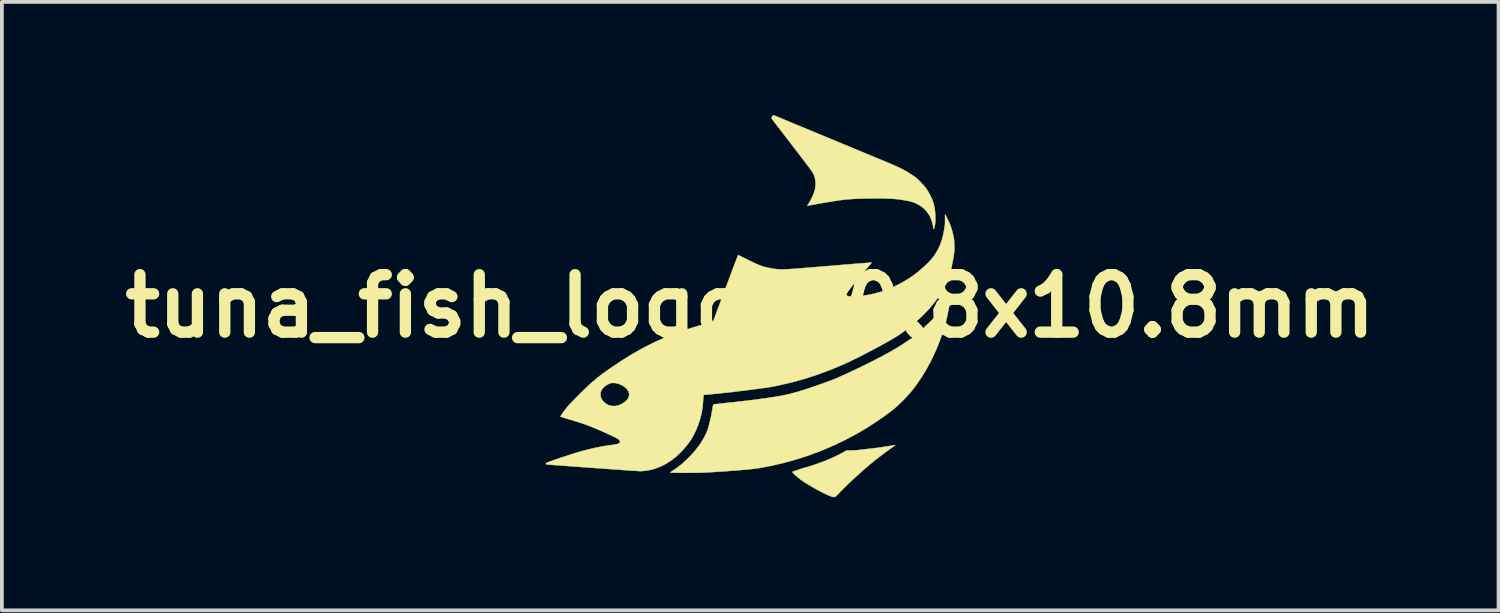
<source format=kicad_pcb>
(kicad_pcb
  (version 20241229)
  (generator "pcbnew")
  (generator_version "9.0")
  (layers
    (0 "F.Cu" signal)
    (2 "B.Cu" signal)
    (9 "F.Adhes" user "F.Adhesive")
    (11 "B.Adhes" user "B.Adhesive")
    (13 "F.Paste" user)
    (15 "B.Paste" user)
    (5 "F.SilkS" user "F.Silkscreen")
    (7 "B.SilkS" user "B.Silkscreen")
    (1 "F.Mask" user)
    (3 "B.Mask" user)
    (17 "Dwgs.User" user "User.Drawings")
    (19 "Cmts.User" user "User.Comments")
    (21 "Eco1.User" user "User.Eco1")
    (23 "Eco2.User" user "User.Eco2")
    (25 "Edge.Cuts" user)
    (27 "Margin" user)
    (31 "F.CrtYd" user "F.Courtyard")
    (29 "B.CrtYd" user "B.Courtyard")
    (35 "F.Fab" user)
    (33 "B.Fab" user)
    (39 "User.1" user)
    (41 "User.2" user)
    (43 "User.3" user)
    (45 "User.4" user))
  (footprint "tuna_fish_logo_10.8x10.8mm"
    (layer "F.Cu")
    (at 16.844 5.068)
    (property "Reference" "tuna_fish_logo_10.8x10.8mm" (at 0 0 0) (layer "F.SilkS") (effects (font (size 1.524 1.524) (thickness 0.3))))
    (attr through_hole)
    (fp_poly (pts (xy 3.844 3.691) (xy 3.827 3.704) (xy 3.801 3.723) (xy 3.769 3.745) (xy 3.766 3.747) (xy 3.707 3.788) (xy 3.638 3.838) (xy 3.563 3.893) (xy 3.485 3.951) (xy 3.408 4.01) (xy 3.335 4.066) (xy 3.27 4.118) (xy 3.26 4.126) (xy 3.158 4.211) (xy 3.05 4.303) (xy 2.939 4.401) (xy 2.828 4.501) (xy 2.718 4.603) (xy 2.612 4.702) (xy 2.514 4.798) (xy 2.424 4.888) (xy 2.363 4.952) (xy 2.324 4.993) (xy 2.294 5.024) (xy 2.271 5.045) (xy 2.251 5.057) (xy 2.231 5.062) (xy 2.211 5.062) (xy 2.186 5.057) (xy 2.159 5.05) (xy 2.119 5.036) (xy 2.068 5.015) (xy 2.006 4.987) (xy 1.937 4.953) (xy 1.862 4.914) (xy 1.783 4.872) (xy 1.703 4.828) (xy 1.623 4.782) (xy 1.546 4.737) (xy 1.474 4.692) (xy 1.409 4.65) (xy 1.353 4.612) (xy 1.332 4.597) (xy 1.29 4.564) (xy 1.249 4.529) (xy 1.21 4.496) (xy 1.176 4.464) (xy 1.148 4.436) (xy 1.128 4.414) (xy 1.119 4.399) (xy 1.119 4.394) (xy 1.136 4.386) (xy 1.167 4.375) (xy 1.207 4.361) (xy 1.255 4.345) (xy 1.306 4.328) (xy 1.359 4.311) (xy 1.41 4.295) (xy 1.456 4.282) (xy 1.477 4.276) (xy 1.618 4.234) (xy 1.763 4.185) (xy 1.91 4.131) (xy 2.055 4.074) (xy 2.194 4.013) (xy 2.325 3.951) (xy 2.444 3.89) (xy 2.49 3.864) (xy 2.554 3.827) (xy 2.665 3.827) (xy 2.719 3.826) (xy 2.778 3.823) (xy 2.835 3.819) (xy 2.872 3.815) (xy 2.924 3.809) (xy 2.982 3.802) (xy 3.038 3.796) (xy 3.061 3.793) (xy 3.207 3.777) (xy 3.347 3.76) (xy 3.486 3.741) (xy 3.632 3.718) (xy 3.695 3.708) (xy 3.743 3.7) (xy 3.786 3.693) (xy 3.819 3.688) (xy 3.841 3.686) (xy 3.849 3.685) (xy 3.844 3.691)) (stroke (width 0.01) (type solid)) (fill yes) (layer "F.SilkS"))
    (fp_poly (pts (xy 0.628 -5.06) (xy 0.651 -5.051) (xy 0.685 -5.038) (xy 0.725 -5.021) (xy 0.764 -5.005) (xy 0.802 -4.989) (xy 0.853 -4.967) (xy 0.915 -4.941) (xy 0.985 -4.912) (xy 1.061 -4.881) (xy 1.139 -4.848) (xy 1.218 -4.815) (xy 1.249 -4.802) (xy 1.335 -4.767) (xy 1.429 -4.728) (xy 1.525 -4.688) (xy 1.621 -4.648) (xy 1.713 -4.61) (xy 1.797 -4.575) (xy 1.869 -4.545) (xy 1.871 -4.544) (xy 1.949 -4.512) (xy 2.035 -4.476) (xy 2.123 -4.44) (xy 2.21 -4.404) (xy 2.29 -4.37) (xy 2.361 -4.341) (xy 2.375 -4.335) (xy 2.443 -4.307) (xy 2.522 -4.274) (xy 2.607 -4.238) (xy 2.696 -4.202) (xy 2.782 -4.166) (xy 2.862 -4.133) (xy 2.879 -4.126) (xy 2.95 -4.096) (xy 3.034 -4.061) (xy 3.126 -4.023) (xy 3.222 -3.983) (xy 3.319 -3.943) (xy 3.412 -3.905) (xy 3.499 -3.869) (xy 3.501 -3.868) (xy 3.612 -3.822) (xy 3.71 -3.781) (xy 3.795 -3.744) (xy 3.87 -3.711) (xy 3.936 -3.681) (xy 3.995 -3.652) (xy 4.049 -3.625) (xy 4.1 -3.597) (xy 4.149 -3.569) (xy 4.199 -3.538) (xy 4.251 -3.505) (xy 4.306 -3.469) (xy 4.31 -3.467) (xy 4.365 -3.429) (xy 4.413 -3.391) (xy 4.46 -3.349) (xy 4.512 -3.298) (xy 4.513 -3.296) (xy 4.55 -3.258) (xy 4.586 -3.219) (xy 4.618 -3.182) (xy 4.643 -3.153) (xy 4.651 -3.142) (xy 4.692 -3.082) (xy 4.733 -3.013) (xy 4.773 -2.94) (xy 4.808 -2.867) (xy 4.838 -2.797) (xy 4.86 -2.733) (xy 4.871 -2.692) (xy 4.892 -2.582) (xy 4.905 -2.472) (xy 4.911 -2.365) (xy 4.91 -2.265) (xy 4.902 -2.175) (xy 4.895 -2.136) (xy 4.884 -2.089) (xy 4.876 -2.059) (xy 4.869 -2.044) (xy 4.864 -2.043) (xy 4.86 -2.057) (xy 4.857 -2.076) (xy 4.844 -2.149) (xy 4.824 -2.227) (xy 4.797 -2.305) (xy 4.767 -2.376) (xy 4.74 -2.425) (xy 4.679 -2.511) (xy 4.609 -2.586) (xy 4.527 -2.65) (xy 4.432 -2.707) (xy 4.428 -2.709) (xy 4.381 -2.731) (xy 4.334 -2.75) (xy 4.282 -2.767) (xy 4.223 -2.782) (xy 4.154 -2.797) (xy 4.071 -2.811) (xy 4.055 -2.814) (xy 3.985 -2.825) (xy 3.917 -2.834) (xy 3.847 -2.841) (xy 3.773 -2.847) (xy 3.694 -2.851) (xy 3.607 -2.854) (xy 3.509 -2.856) (xy 3.399 -2.857) (xy 3.294 -2.857) (xy 3.137 -2.855) (xy 2.994 -2.853) (xy 2.864 -2.849) (xy 2.744 -2.843) (xy 2.632 -2.835) (xy 2.525 -2.826) (xy 2.422 -2.814) (xy 2.358 -2.806) (xy 2.312 -2.799) (xy 2.256 -2.791) (xy 2.191 -2.78) (xy 2.12 -2.769) (xy 2.044 -2.756) (xy 1.967 -2.743) (xy 1.889 -2.73) (xy 1.813 -2.717) (xy 1.742 -2.704) (xy 1.677 -2.692) (xy 1.62 -2.682) (xy 1.573 -2.673) (xy 1.54 -2.666) (xy 1.521 -2.661) (xy 1.516 -2.663) (xy 1.52 -2.676) (xy 1.534 -2.699) (xy 1.549 -2.722) (xy 1.57 -2.755) (xy 1.594 -2.797) (xy 1.619 -2.846) (xy 1.643 -2.894) (xy 1.647 -2.903) (xy 1.689 -3.005) (xy 1.718 -3.1) (xy 1.732 -3.191) (xy 1.733 -3.28) (xy 1.721 -3.37) (xy 1.714 -3.401) (xy 1.704 -3.438) (xy 1.692 -3.472) (xy 1.678 -3.503) (xy 1.66 -3.536) (xy 1.636 -3.574) (xy 1.604 -3.62) (xy 1.577 -3.657) (xy 1.56 -3.679) (xy 1.535 -3.712) (xy 1.502 -3.756) (xy 1.462 -3.809) (xy 1.416 -3.869) (xy 1.364 -3.937) (xy 1.309 -4.01) (xy 1.25 -4.087) (xy 1.188 -4.167) (xy 1.125 -4.249) (xy 1.062 -4.332) (xy 0.998 -4.415) (xy 0.936 -4.495) (xy 0.877 -4.573) (xy 0.82 -4.647) (xy 0.767 -4.715) (xy 0.719 -4.777) (xy 0.677 -4.832) (xy 0.642 -4.877) (xy 0.615 -4.913) (xy 0.596 -4.937) (xy 0.587 -4.947) (xy 0.57 -4.978) (xy 0.569 -5.009) (xy 0.584 -5.038) (xy 0.588 -5.042) (xy 0.604 -5.056) (xy 0.617 -5.063) (xy 0.618 -5.063) (xy 0.628 -5.06)) (stroke (width 0.01) (type solid)) (fill yes) (layer "F.SilkS"))
    (fp_poly (pts (xy 5.304 -0.211) (xy 5.301 -0.181) (xy 5.297 -0.156) (xy 5.295 -0.144) (xy 5.292 -0.129) (xy 5.289 -0.103) (xy 5.287 -0.077) (xy 5.283 -0.046) (xy 5.276 -0.002) (xy 5.267 0.052) (xy 5.255 0.113) (xy 5.242 0.178) (xy 5.229 0.244) (xy 5.215 0.307) (xy 5.202 0.364) (xy 5.19 0.412) (xy 5.113 0.674) (xy 5.023 0.932) (xy 4.92 1.183) (xy 4.806 1.426) (xy 4.681 1.66) (xy 4.546 1.883) (xy 4.401 2.095) (xy 4.271 2.262) (xy 4.221 2.321) (xy 4.161 2.387) (xy 4.095 2.457) (xy 4.025 2.528) (xy 3.955 2.596) (xy 3.889 2.658) (xy 3.829 2.71) (xy 3.818 2.719) (xy 3.745 2.778) (xy 3.658 2.843) (xy 3.562 2.913) (xy 3.458 2.986) (xy 3.349 3.06) (xy 3.238 3.133) (xy 3.126 3.205) (xy 3.017 3.272) (xy 2.913 3.334) (xy 2.879 3.354) (xy 2.559 3.527) (xy 2.231 3.686) (xy 1.897 3.829) (xy 1.555 3.957) (xy 1.208 4.069) (xy 0.855 4.166) (xy 0.497 4.246) (xy 0.246 4.293) (xy 0.19 4.301) (xy 0.12 4.31) (xy 0.035 4.32) (xy -0.063 4.33) (xy -0.172 4.34) (xy -0.29 4.35) (xy -0.418 4.36) (xy -0.552 4.371) (xy -0.692 4.381) (xy -0.837 4.39) (xy -0.96 4.398) (xy -1.054 4.404) (xy -1.138 4.408) (xy -1.217 4.412) (xy -1.293 4.415) (xy -1.37 4.417) (xy -1.451 4.418) (xy -1.54 4.419) (xy -1.64 4.42) (xy -1.716 4.42) (xy -1.797 4.419) (xy -1.873 4.419) (xy -1.942 4.419) (xy -2.003 4.418) (xy -2.053 4.417) (xy -2.091 4.416) (xy -2.115 4.415) (xy -2.125 4.413) (xy -2.125 4.413) (xy -2.118 4.406) (xy -2.1 4.393) (xy -2.074 4.376) (xy -2.063 4.369) (xy -1.937 4.283) (xy -1.811 4.184) (xy -1.688 4.073) (xy -1.57 3.954) (xy -1.459 3.828) (xy -1.36 3.7) (xy -1.302 3.615) (xy -1.251 3.532) (xy -1.204 3.446) (xy -1.163 3.362) (xy -1.14 3.306) (xy -1.122 3.256) (xy -1.103 3.192) (xy -1.084 3.118) (xy -1.064 3.038) (xy -1.045 2.955) (xy -1.028 2.872) (xy -1.014 2.793) (xy -1.009 2.762) (xy -1 2.708) (xy -0.994 2.669) (xy -0.988 2.642) (xy -0.983 2.624) (xy -0.978 2.614) (xy -0.972 2.608) (xy -0.965 2.606) (xy -0.952 2.603) (xy -0.925 2.6) (xy -0.884 2.595) (xy -0.832 2.589) (xy -0.77 2.582) (xy -0.7 2.574) (xy -0.625 2.566) (xy -0.572 2.561) (xy -0.414 2.544) (xy -0.256 2.526) (xy -0.102 2.508) (xy 0.05 2.49) (xy 0.195 2.471) (xy 0.334 2.452) (xy 0.464 2.434) (xy 0.583 2.416) (xy 0.691 2.399) (xy 0.785 2.383) (xy 0.865 2.367) (xy 0.876 2.365) (xy 0.984 2.342) (xy 1.09 2.316) (xy 1.198 2.288) (xy 1.308 2.256) (xy 1.425 2.22) (xy 1.551 2.179) (xy 1.687 2.133) (xy 1.807 2.09) (xy 1.88 2.064) (xy 1.95 2.039) (xy 2.015 2.016) (xy 2.073 1.995) (xy 2.122 1.977) (xy 2.159 1.964) (xy 2.184 1.955) (xy 2.189 1.953) (xy 2.23 1.936) (xy 2.285 1.913) (xy 2.35 1.884) (xy 2.425 1.851) (xy 2.508 1.813) (xy 2.595 1.773) (xy 2.686 1.731) (xy 2.778 1.687) (xy 2.869 1.644) (xy 2.958 1.601) (xy 3.042 1.56) (xy 3.076 1.543) (xy 3.248 1.457) (xy 3.406 1.375) (xy 3.552 1.298) (xy 3.685 1.225) (xy 3.809 1.154) (xy 3.924 1.086) (xy 4.031 1.019) (xy 4.133 0.952) (xy 4.137 0.949) (xy 4.358 0.8) (xy 4.633 0.544) (xy 4.691 0.489) (xy 4.746 0.437) (xy 4.797 0.389) (xy 4.842 0.345) (xy 4.879 0.308) (xy 4.908 0.279) (xy 4.927 0.259) (xy 4.933 0.252) (xy 4.944 0.237) (xy 4.964 0.21) (xy 4.99 0.172) (xy 5.023 0.127) (xy 5.061 0.076) (xy 5.101 0.02) (xy 5.134 -0.025) (xy 5.286 -0.233) (xy 5.292 -0.233) (xy 5.296 -0.229) (xy 5.3 -0.233) (xy 5.296 -0.237) (xy 5.292 -0.233) (xy 5.286 -0.233) (xy 5.31 -0.265) (xy 5.304 -0.211)) (stroke (width 0.01) (type solid)) (fill yes) (layer "F.SilkS"))
    (fp_poly (pts (xy 5.22 -2.333) (xy 5.259 -2.256) (xy 5.291 -2.186) (xy 5.318 -2.114) (xy 5.343 -2.035) (xy 5.355 -1.994) (xy 5.376 -1.912) (xy 5.392 -1.841) (xy 5.403 -1.775) (xy 5.409 -1.709) (xy 5.412 -1.638) (xy 5.413 -1.575) (xy 5.413 -1.521) (xy 5.411 -1.476) (xy 5.409 -1.436) (xy 5.405 -1.395) (xy 5.398 -1.35) (xy 5.389 -1.296) (xy 5.382 -1.253) (xy 5.364 -1.158) (xy 5.347 -1.076) (xy 5.331 -1.004) (xy 5.315 -0.94) (xy 5.297 -0.88) (xy 5.278 -0.822) (xy 5.27 -0.8) (xy 5.208 -0.639) (xy 5.137 -0.488) (xy 5.056 -0.344) (xy 4.965 -0.204) (xy 4.861 -0.066) (xy 4.743 0.073) (xy 4.685 0.135) (xy 4.635 0.188) (xy 4.588 0.235) (xy 4.544 0.279) (xy 4.497 0.322) (xy 4.446 0.367) (xy 4.388 0.417) (xy 4.32 0.475) (xy 4.31 0.484) (xy 4.225 0.553) (xy 4.15 0.614) (xy 4.079 0.668) (xy 4.011 0.717) (xy 3.941 0.765) (xy 3.867 0.812) (xy 3.785 0.862) (xy 3.693 0.916) (xy 3.662 0.934) (xy 3.579 0.98) (xy 3.486 1.032) (xy 3.385 1.086) (xy 3.278 1.143) (xy 3.168 1.201) (xy 3.057 1.259) (xy 2.948 1.315) (xy 2.842 1.369) (xy 2.742 1.418) (xy 2.651 1.463) (xy 2.57 1.501) (xy 2.523 1.523) (xy 2.17 1.673) (xy 1.815 1.806) (xy 1.458 1.923) (xy 1.098 2.023) (xy 0.735 2.106) (xy 0.576 2.138) (xy 0.535 2.145) (xy 0.479 2.153) (xy 0.41 2.164) (xy 0.33 2.175) (xy 0.24 2.187) (xy 0.143 2.2) (xy 0.039 2.213) (xy -0.068 2.227) (xy -0.178 2.241) (xy -0.288 2.254) (xy -0.397 2.267) (xy -0.502 2.28) (xy -0.593 2.29) (xy -0.641 2.295) (xy -0.697 2.301) (xy -0.76 2.308) (xy -0.827 2.315) (xy -0.895 2.322) (xy -0.963 2.328) (xy -1.027 2.335) (xy -1.087 2.341) (xy -1.14 2.346) (xy -1.183 2.35) (xy -1.214 2.352) (xy -1.231 2.354) (xy -1.233 2.354) (xy -1.237 2.362) (xy -1.241 2.387) (xy -1.244 2.429) (xy -1.247 2.483) (xy -1.26 2.655) (xy -1.285 2.819) (xy -1.324 2.979) (xy -1.376 3.139) (xy -1.382 3.154) (xy -1.434 3.283) (xy -1.489 3.4) (xy -1.549 3.508) (xy -1.617 3.61) (xy -1.694 3.71) (xy -1.782 3.811) (xy -1.858 3.891) (xy -1.982 4.005) (xy -2.112 4.104) (xy -2.248 4.189) (xy -2.389 4.259) (xy -2.534 4.313) (xy -2.632 4.34) (xy -2.685 4.351) (xy -2.746 4.36) (xy -2.809 4.368) (xy -2.867 4.374) (xy -2.916 4.376) (xy -2.925 4.376) (xy -2.941 4.375) (xy -2.972 4.373) (xy -3.018 4.37) (xy -3.078 4.366) (xy -3.151 4.361) (xy -3.235 4.355) (xy -3.331 4.349) (xy -3.436 4.341) (xy -3.55 4.333) (xy -3.672 4.325) (xy -3.8 4.315) (xy -3.935 4.306) (xy -4.074 4.296) (xy -4.183 4.288) (xy -4.324 4.277) (xy -4.46 4.268) (xy -4.591 4.258) (xy -4.716 4.249) (xy -4.833 4.24) (xy -4.942 4.233) (xy -5.042 4.225) (xy -5.131 4.219) (xy -5.209 4.213) (xy -5.275 4.209) (xy -5.327 4.205) (xy -5.365 4.202) (xy -5.389 4.2) (xy -5.396 4.2) (xy -5.411 4.193) (xy -5.417 4.178) (xy -5.409 4.161) (xy -5.409 4.16) (xy -5.396 4.153) (xy -5.369 4.142) (xy -5.328 4.126) (xy -5.275 4.107) (xy -5.211 4.084) (xy -5.137 4.058) (xy -5.054 4.03) (xy -4.964 4) (xy -4.868 3.969) (xy -4.767 3.936) (xy -4.663 3.903) (xy -4.627 3.891) (xy -4.523 3.86) (xy -4.41 3.829) (xy -4.293 3.799) (xy -4.173 3.771) (xy -4.056 3.745) (xy -3.944 3.723) (xy -3.84 3.705) (xy -3.749 3.693) (xy -3.738 3.691) (xy -3.687 3.685) (xy -3.636 3.677) (xy -3.586 3.668) (xy -3.542 3.659) (xy -3.506 3.65) (xy -3.481 3.643) (xy -3.473 3.638) (xy -3.456 3.615) (xy -3.455 3.587) (xy -3.464 3.563) (xy -3.47 3.552) (xy -3.479 3.542) (xy -3.493 3.531) (xy -3.513 3.518) (xy -3.541 3.502) (xy -3.581 3.482) (xy -3.633 3.456) (xy -3.643 3.451) (xy -3.722 3.413) (xy -3.811 3.372) (xy -3.907 3.329) (xy -4.004 3.286) (xy -4.101 3.245) (xy -4.193 3.207) (xy -4.278 3.173) (xy -4.35 3.146) (xy -4.352 3.145) (xy -4.402 3.128) (xy -4.462 3.107) (xy -4.529 3.085) (xy -4.596 3.064) (xy -4.659 3.045) (xy -4.659 3.045) (xy -4.75 3.017) (xy -4.825 2.995) (xy -4.887 2.976) (xy -4.935 2.961) (xy -4.972 2.949) (xy -4.999 2.941) (xy -5.017 2.935) (xy -5.026 2.931) (xy -5.027 2.93) (xy -5.028 2.921) (xy -5.019 2.901) (xy -4.999 2.87) (xy -4.969 2.827) (xy -4.928 2.771) (xy -4.875 2.704) (xy -4.87 2.697) (xy -4.841 2.662) (xy -4.801 2.618) (xy -4.753 2.566) (xy -4.698 2.507) (xy -4.637 2.445) (xy -4.572 2.379) (xy -4.518 2.325) (xy -3.97 2.325) (xy -3.969 2.356) (xy -3.959 2.417) (xy -3.937 2.47) (xy -3.902 2.519) (xy -3.873 2.548) (xy -3.815 2.594) (xy -3.757 2.625) (xy -3.695 2.643) (xy -3.625 2.649) (xy -3.585 2.648) (xy -3.543 2.642) (xy -3.515 2.636) (xy -3.444 2.611) (xy -3.378 2.576) (xy -3.32 2.535) (xy -3.271 2.489) (xy -3.236 2.44) (xy -3.229 2.425) (xy -3.212 2.371) (xy -3.211 2.317) (xy -3.228 2.265) (xy -3.261 2.212) (xy -3.29 2.179) (xy -3.354 2.127) (xy -3.426 2.085) (xy -3.505 2.056) (xy -3.585 2.039) (xy -3.63 2.037) (xy -3.664 2.038) (xy -3.69 2.041) (xy -3.714 2.047) (xy -3.743 2.059) (xy -3.771 2.073) (xy -3.839 2.113) (xy -3.893 2.16) (xy -3.933 2.215) (xy -3.948 2.242) (xy -3.962 2.273) (xy -3.968 2.298) (xy -3.97 2.325) (xy -4.518 2.325) (xy -4.506 2.313) (xy -4.439 2.247) (xy -4.374 2.185) (xy -4.313 2.126) (xy -4.257 2.074) (xy -4.208 2.03) (xy -4.191 2.016) (xy -4.134 1.967) (xy -4.084 1.925) (xy -4.038 1.887) (xy -3.993 1.852) (xy -3.948 1.817) (xy -3.901 1.782) (xy -3.848 1.744) (xy -3.787 1.701) (xy -3.716 1.652) (xy -3.658 1.612) (xy -3.407 1.444) (xy -3.162 1.292) (xy -2.923 1.154) (xy -2.686 1.029) (xy -2.453 0.916) (xy -2.22 0.816) (xy -2.121 0.777) (xy -1.918 0.701) (xy -1.722 0.632) (xy -1.527 0.568) (xy -1.324 0.508) (xy -1.286 0.497) (xy -0.985 0.411) (xy -0.656 -0.472) (xy -0.612 -0.589) (xy -0.57 -0.701) (xy -0.53 -0.808) (xy -0.493 -0.909) (xy -0.458 -1.001) (xy -0.426 -1.085) (xy -0.397 -1.16) (xy -0.373 -1.224) (xy -0.352 -1.277) (xy -0.337 -1.316) (xy -0.326 -1.343) (xy -0.321 -1.354) (xy -0.32 -1.355) (xy -0.311 -1.351) (xy -0.289 -1.341) (xy -0.256 -1.325) (xy -0.213 -1.304) (xy -0.164 -1.28) (xy -0.112 -1.254) (xy -0.018 -1.207) (xy 0.064 -1.168) (xy 0.134 -1.134) (xy 0.197 -1.107) (xy 0.253 -1.083) (xy 0.304 -1.064) (xy 0.354 -1.048) (xy 0.404 -1.035) (xy 0.456 -1.022) (xy 0.512 -1.011) (xy 0.551 -1.003) (xy 0.6 -0.995) (xy 0.646 -0.988) (xy 0.693 -0.982) (xy 0.74 -0.978) (xy 0.791 -0.976) (xy 0.846 -0.975) (xy 0.907 -0.976) (xy 0.976 -0.979) (xy 1.054 -0.983) (xy 1.144 -0.989) (xy 1.246 -0.996) (xy 1.362 -1.005) (xy 1.439 -1.012) (xy 1.62 -1.027) (xy 1.795 -1.041) (xy 1.964 -1.055) (xy 2.125 -1.068) (xy 2.277 -1.081) (xy 2.421 -1.093) (xy 2.556 -1.104) (xy 2.68 -1.114) (xy 2.793 -1.123) (xy 2.894 -1.131) (xy 2.984 -1.138) (xy 3.06 -1.144) (xy 3.122 -1.149) (xy 3.17 -1.153) (xy 3.203 -1.156) (xy 3.22 -1.157) (xy 3.223 -1.157) (xy 3.218 -1.15) (xy 3.203 -1.132) (xy 3.179 -1.103) (xy 3.147 -1.065) (xy 3.109 -1.019) (xy 3.064 -0.965) (xy 3.015 -0.906) (xy 2.961 -0.842) (xy 2.936 -0.813) (xy 2.86 -0.721) (xy 2.793 -0.641) (xy 2.736 -0.572) (xy 2.688 -0.514) (xy 2.649 -0.464) (xy 2.618 -0.423) (xy 2.594 -0.388) (xy 2.576 -0.361) (xy 2.564 -0.338) (xy 2.558 -0.321) (xy 2.556 -0.306) (xy 2.559 -0.295) (xy 2.565 -0.285) (xy 2.574 -0.275) (xy 2.575 -0.274) (xy 2.583 -0.268) (xy 2.593 -0.264) (xy 2.609 -0.261) (xy 2.633 -0.26) (xy 2.667 -0.259) (xy 2.715 -0.259) (xy 2.734 -0.259) (xy 2.849 -0.263) (xy 2.964 -0.273) (xy 3.079 -0.289) (xy 3.2 -0.312) (xy 3.328 -0.343) (xy 3.467 -0.381) (xy 3.5 -0.391) (xy 3.587 -0.42) (xy 3.683 -0.459) (xy 3.787 -0.505) (xy 3.893 -0.556) (xy 4 -0.612) (xy 4.104 -0.671) (xy 4.202 -0.73) (xy 4.29 -0.789) (xy 4.32 -0.81) (xy 4.428 -0.893) (xy 4.531 -0.978) (xy 4.627 -1.063) (xy 4.714 -1.147) (xy 4.791 -1.229) (xy 4.855 -1.306) (xy 4.897 -1.365) (xy 4.968 -1.483) (xy 5.027 -1.606) (xy 5.076 -1.737) (xy 5.114 -1.878) (xy 5.14 -2.008) (xy 5.15 -2.07) (xy 5.158 -2.12) (xy 5.163 -2.163) (xy 5.165 -2.204) (xy 5.166 -2.246) (xy 5.166 -2.296) (xy 5.166 -2.303) (xy 5.165 -2.434) (xy 5.22 -2.333)) (stroke (width 0.01) (type solid)) (fill yes) (layer "F.SilkS")))
  (gr_rect
    (start -3 -3)
    (end 36.688 13.135)
    (stroke (width 0.1) (type default))
    (fill no)
    (layer "Edge.Cuts")))
</source>
